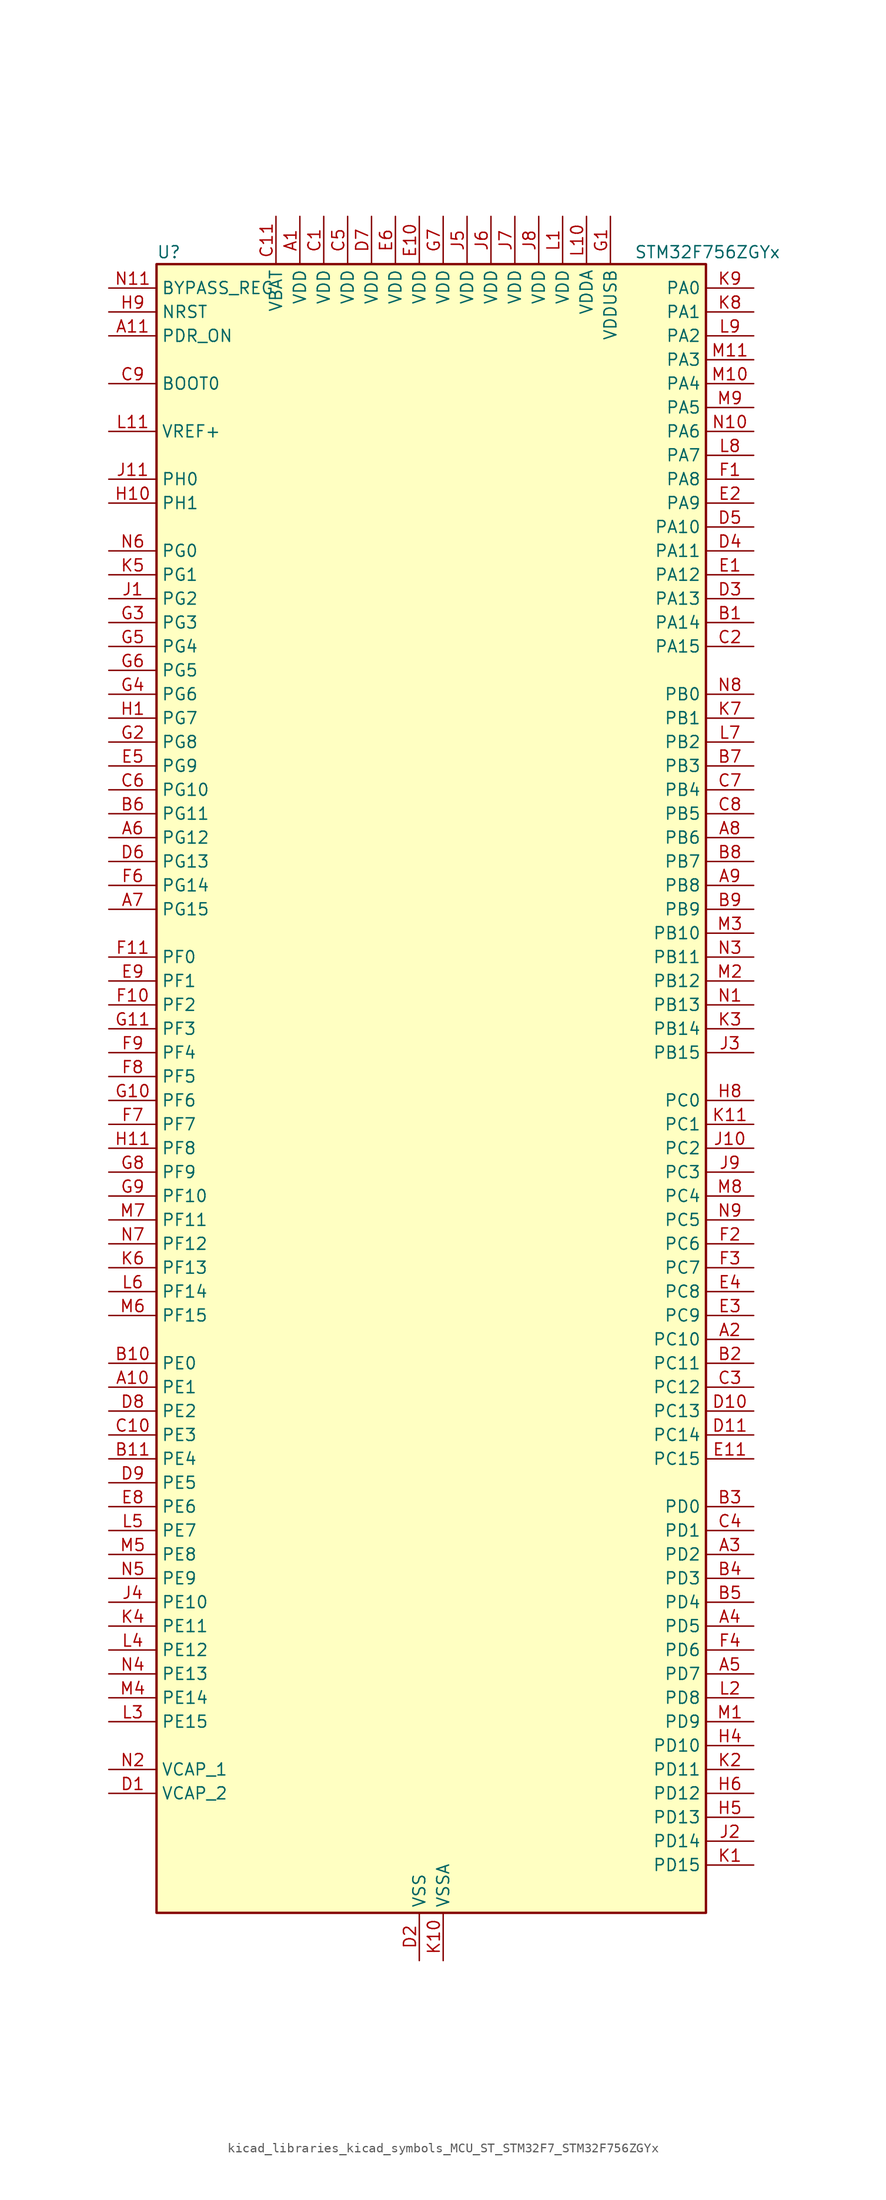
<source format=kicad_sym>
(kicad_symbol_lib
  (version 20220914)
  (generator kicad_symbol_editor)
  (symbol "kicad_libraries_kicad_symbols_MCU_ST_STM32F7_STM32F756ZGYx"
    (property "Reference" "U"
      (at -27.94 90.17 0)
      (effects (font (size 1.27 1.27)) (justify left)))
    (property "Value" "STM32F756ZGYx"
      (at 22.86 90.17 0)
      (effects (font (size 1.27 1.27)) (justify left)))
    (property "ki_locked" ""
      (at 0 0 0)
      (effects (font (size 1.27 1.27))))
    (symbol "kicad_libraries_kicad_symbols_MCU_ST_STM32F7_STM32F756ZGYx_0_1"
      (rectangle (start -27.94 -86.36) (end 30.48 88.9) (stroke (width 0.254) (type default)) (fill (type background))))
    (symbol "kicad_libraries_kicad_symbols_MCU_ST_STM32F7_STM32F756ZGYx_1_1"
      (pin power_in line (at -12.7 93.98 270) (length 5.08) (name "VDD" (effects (font (size 1.27 1.27)))) (number "A1" (effects (font (size 1.27 1.27)))))
      (pin bidirectional line (at -33.02 -30.48 0) (length 5.08) (name "PE1" (effects (font (size 1.27 1.27)))) (number "A10" (effects (font (size 1.27 1.27)))) (alternate "DCMI_D3" bidirectional line) (alternate "FMC_NBL1" bidirectional line) (alternate "LPTIM1_IN2" bidirectional line) (alternate "UART8_TX" bidirectional line))
      (pin input line (at -33.02 81.28 0) (length 5.08) (name "PDR_ON" (effects (font (size 1.27 1.27)))) (number "A11" (effects (font (size 1.27 1.27)))))
      (pin bidirectional line (at 35.56 -25.4 180) (length 5.08) (name "PC10" (effects (font (size 1.27 1.27)))) (number "A2" (effects (font (size 1.27 1.27)))) (alternate "DCMI_D8" bidirectional line) (alternate "I2S3_CK" bidirectional line) (alternate "LTDC_R2" bidirectional line) (alternate "QUADSPI_BK1_IO1" bidirectional line) (alternate "SDMMC1_D2" bidirectional line) (alternate "SPI3_SCK" bidirectional line) (alternate "UART4_TX" bidirectional line) (alternate "USART3_TX" bidirectional line))
      (pin bidirectional line (at 35.56 -48.26 180) (length 5.08) (name "PD2" (effects (font (size 1.27 1.27)))) (number "A3" (effects (font (size 1.27 1.27)))) (alternate "DCMI_D11" bidirectional line) (alternate "SDMMC1_CMD" bidirectional line) (alternate "SYS_TRACED2" bidirectional line) (alternate "TIM3_ETR" bidirectional line) (alternate "UART5_RX" bidirectional line))
      (pin bidirectional line (at 35.56 -55.88 180) (length 5.08) (name "PD5" (effects (font (size 1.27 1.27)))) (number "A4" (effects (font (size 1.27 1.27)))) (alternate "FMC_NWE" bidirectional line) (alternate "USART2_TX" bidirectional line))
      (pin bidirectional line (at 35.56 -60.96 180) (length 5.08) (name "PD7" (effects (font (size 1.27 1.27)))) (number "A5" (effects (font (size 1.27 1.27)))) (alternate "FMC_NE1" bidirectional line) (alternate "SPDIFRX_IN0" bidirectional line) (alternate "USART2_CK" bidirectional line))
      (pin bidirectional line (at -33.02 27.94 0) (length 5.08) (name "PG12" (effects (font (size 1.27 1.27)))) (number "A6" (effects (font (size 1.27 1.27)))) (alternate "FMC_NE4" bidirectional line) (alternate "LPTIM1_IN1" bidirectional line) (alternate "LTDC_B1" bidirectional line) (alternate "LTDC_B4" bidirectional line) (alternate "SPDIFRX_IN1" bidirectional line) (alternate "SPI6_MISO" bidirectional line) (alternate "USART6_DE" bidirectional line) (alternate "USART6_RTS" bidirectional line))
      (pin bidirectional line (at -33.02 20.32 0) (length 5.08) (name "PG15" (effects (font (size 1.27 1.27)))) (number "A7" (effects (font (size 1.27 1.27)))) (alternate "DCMI_D13" bidirectional line) (alternate "FMC_SDNCAS" bidirectional line) (alternate "USART6_CTS" bidirectional line))
      (pin bidirectional line (at 35.56 27.94 180) (length 5.08) (name "PB6" (effects (font (size 1.27 1.27)))) (number "A8" (effects (font (size 1.27 1.27)))) (alternate "CAN2_TX" bidirectional line) (alternate "CEC" bidirectional line) (alternate "DCMI_D5" bidirectional line) (alternate "FMC_SDNE1" bidirectional line) (alternate "I2C1_SCL" bidirectional line) (alternate "QUADSPI_BK1_NCS" bidirectional line) (alternate "TIM4_CH1" bidirectional line) (alternate "USART1_TX" bidirectional line))
      (pin bidirectional line (at 35.56 22.86 180) (length 5.08) (name "PB8" (effects (font (size 1.27 1.27)))) (number "A9" (effects (font (size 1.27 1.27)))) (alternate "CAN1_RX" bidirectional line) (alternate "DCMI_D6" bidirectional line) (alternate "ETH_TXD3" bidirectional line) (alternate "I2C1_SCL" bidirectional line) (alternate "LTDC_B6" bidirectional line) (alternate "SDMMC1_D4" bidirectional line) (alternate "TIM10_CH1" bidirectional line) (alternate "TIM4_CH3" bidirectional line))
      (pin bidirectional line (at 35.56 50.8 180) (length 5.08) (name "PA14" (effects (font (size 1.27 1.27)))) (number "B1" (effects (font (size 1.27 1.27)))) (alternate "SYS_JTCK-SWCLK" bidirectional line))
      (pin bidirectional line (at -33.02 -27.94 0) (length 5.08) (name "PE0" (effects (font (size 1.27 1.27)))) (number "B10" (effects (font (size 1.27 1.27)))) (alternate "DCMI_D2" bidirectional line) (alternate "FMC_NBL0" bidirectional line) (alternate "LPTIM1_ETR" bidirectional line) (alternate "SAI2_MCLK_A" bidirectional line) (alternate "TIM4_ETR" bidirectional line) (alternate "UART8_RX" bidirectional line))
      (pin bidirectional line (at -33.02 -38.1 0) (length 5.08) (name "PE4" (effects (font (size 1.27 1.27)))) (number "B11" (effects (font (size 1.27 1.27)))) (alternate "DCMI_D4" bidirectional line) (alternate "FMC_A20" bidirectional line) (alternate "LTDC_B0" bidirectional line) (alternate "SAI1_FS_A" bidirectional line) (alternate "SPI4_NSS" bidirectional line) (alternate "SYS_TRACED1" bidirectional line))
      (pin bidirectional line (at 35.56 -27.94 180) (length 5.08) (name "PC11" (effects (font (size 1.27 1.27)))) (number "B2" (effects (font (size 1.27 1.27)))) (alternate "ADC1_EXTI11" bidirectional line) (alternate "ADC2_EXTI11" bidirectional line) (alternate "ADC3_EXTI11" bidirectional line) (alternate "DCMI_D4" bidirectional line) (alternate "QUADSPI_BK2_NCS" bidirectional line) (alternate "SDMMC1_D3" bidirectional line) (alternate "SPI3_MISO" bidirectional line) (alternate "UART4_RX" bidirectional line) (alternate "USART3_RX" bidirectional line))
      (pin bidirectional line (at 35.56 -43.18 180) (length 5.08) (name "PD0" (effects (font (size 1.27 1.27)))) (number "B3" (effects (font (size 1.27 1.27)))) (alternate "CAN1_RX" bidirectional line) (alternate "FMC_D2" bidirectional line) (alternate "FMC_DA2" bidirectional line))
      (pin bidirectional line (at 35.56 -50.8 180) (length 5.08) (name "PD3" (effects (font (size 1.27 1.27)))) (number "B4" (effects (font (size 1.27 1.27)))) (alternate "DCMI_D5" bidirectional line) (alternate "FMC_CLK" bidirectional line) (alternate "I2S2_CK" bidirectional line) (alternate "LTDC_G7" bidirectional line) (alternate "SPI2_SCK" bidirectional line) (alternate "USART2_CTS" bidirectional line))
      (pin bidirectional line (at 35.56 -53.34 180) (length 5.08) (name "PD4" (effects (font (size 1.27 1.27)))) (number "B5" (effects (font (size 1.27 1.27)))) (alternate "FMC_NOE" bidirectional line) (alternate "USART2_DE" bidirectional line) (alternate "USART2_RTS" bidirectional line))
      (pin bidirectional line (at -33.02 30.48 0) (length 5.08) (name "PG11" (effects (font (size 1.27 1.27)))) (number "B6" (effects (font (size 1.27 1.27)))) (alternate "ADC1_EXTI11" bidirectional line) (alternate "ADC2_EXTI11" bidirectional line) (alternate "ADC3_EXTI11" bidirectional line) (alternate "DCMI_D3" bidirectional line) (alternate "ETH_TX_EN" bidirectional line) (alternate "LTDC_B3" bidirectional line) (alternate "SPDIFRX_IN0" bidirectional line))
      (pin bidirectional line (at 35.56 35.56 180) (length 5.08) (name "PB3" (effects (font (size 1.27 1.27)))) (number "B7" (effects (font (size 1.27 1.27)))) (alternate "I2S1_CK" bidirectional line) (alternate "I2S3_CK" bidirectional line) (alternate "SPI1_SCK" bidirectional line) (alternate "SPI3_SCK" bidirectional line) (alternate "SYS_JTDO-SWO" bidirectional line) (alternate "TIM2_CH2" bidirectional line))
      (pin bidirectional line (at 35.56 25.4 180) (length 5.08) (name "PB7" (effects (font (size 1.27 1.27)))) (number "B8" (effects (font (size 1.27 1.27)))) (alternate "DCMI_VSYNC" bidirectional line) (alternate "FMC_NL" bidirectional line) (alternate "I2C1_SDA" bidirectional line) (alternate "TIM4_CH2" bidirectional line) (alternate "USART1_RX" bidirectional line))
      (pin bidirectional line (at 35.56 20.32 180) (length 5.08) (name "PB9" (effects (font (size 1.27 1.27)))) (number "B9" (effects (font (size 1.27 1.27)))) (alternate "CAN1_TX" bidirectional line) (alternate "DAC_EXTI9" bidirectional line) (alternate "DCMI_D7" bidirectional line) (alternate "I2C1_SDA" bidirectional line) (alternate "I2S2_WS" bidirectional line) (alternate "LTDC_B7" bidirectional line) (alternate "SDMMC1_D5" bidirectional line) (alternate "SPI2_NSS" bidirectional line) (alternate "TIM11_CH1" bidirectional line) (alternate "TIM4_CH4" bidirectional line))
      (pin power_in line (at -10.16 93.98 270) (length 5.08) (name "VDD" (effects (font (size 1.27 1.27)))) (number "C1" (effects (font (size 1.27 1.27)))))
      (pin bidirectional line (at -33.02 -35.56 0) (length 5.08) (name "PE3" (effects (font (size 1.27 1.27)))) (number "C10" (effects (font (size 1.27 1.27)))) (alternate "FMC_A19" bidirectional line) (alternate "SAI1_SD_B" bidirectional line) (alternate "SYS_TRACED0" bidirectional line))
      (pin power_in line (at -15.24 93.98 270) (length 5.08) (name "VBAT" (effects (font (size 1.27 1.27)))) (number "C11" (effects (font (size 1.27 1.27)))))
      (pin bidirectional line (at 35.56 48.26 180) (length 5.08) (name "PA15" (effects (font (size 1.27 1.27)))) (number "C2" (effects (font (size 1.27 1.27)))) (alternate "CEC" bidirectional line) (alternate "I2S1_WS" bidirectional line) (alternate "I2S3_WS" bidirectional line) (alternate "SPI1_NSS" bidirectional line) (alternate "SPI3_NSS" bidirectional line) (alternate "SYS_JTDI" bidirectional line) (alternate "TIM2_CH1" bidirectional line) (alternate "TIM2_ETR" bidirectional line) (alternate "UART4_DE" bidirectional line) (alternate "UART4_RTS" bidirectional line))
      (pin bidirectional line (at 35.56 -30.48 180) (length 5.08) (name "PC12" (effects (font (size 1.27 1.27)))) (number "C3" (effects (font (size 1.27 1.27)))) (alternate "DCMI_D9" bidirectional line) (alternate "I2S3_SD" bidirectional line) (alternate "SDMMC1_CK" bidirectional line) (alternate "SPI3_MOSI" bidirectional line) (alternate "SYS_TRACED3" bidirectional line) (alternate "UART5_TX" bidirectional line) (alternate "USART3_CK" bidirectional line))
      (pin bidirectional line (at 35.56 -45.72 180) (length 5.08) (name "PD1" (effects (font (size 1.27 1.27)))) (number "C4" (effects (font (size 1.27 1.27)))) (alternate "CAN1_TX" bidirectional line) (alternate "FMC_D3" bidirectional line) (alternate "FMC_DA3" bidirectional line))
      (pin power_in line (at -7.62 93.98 270) (length 5.08) (name "VDD" (effects (font (size 1.27 1.27)))) (number "C5" (effects (font (size 1.27 1.27)))))
      (pin bidirectional line (at -33.02 33.02 0) (length 5.08) (name "PG10" (effects (font (size 1.27 1.27)))) (number "C6" (effects (font (size 1.27 1.27)))) (alternate "DCMI_D2" bidirectional line) (alternate "FMC_NE3" bidirectional line) (alternate "LTDC_B2" bidirectional line) (alternate "LTDC_G3" bidirectional line) (alternate "SAI2_SD_B" bidirectional line))
      (pin bidirectional line (at 35.56 33.02 180) (length 5.08) (name "PB4" (effects (font (size 1.27 1.27)))) (number "C7" (effects (font (size 1.27 1.27)))) (alternate "I2S2_WS" bidirectional line) (alternate "SPI1_MISO" bidirectional line) (alternate "SPI2_NSS" bidirectional line) (alternate "SPI3_MISO" bidirectional line) (alternate "SYS_JTRST" bidirectional line) (alternate "TIM3_CH1" bidirectional line))
      (pin bidirectional line (at 35.56 30.48 180) (length 5.08) (name "PB5" (effects (font (size 1.27 1.27)))) (number "C8" (effects (font (size 1.27 1.27)))) (alternate "CAN2_RX" bidirectional line) (alternate "DCMI_D10" bidirectional line) (alternate "ETH_PPS_OUT" bidirectional line) (alternate "FMC_SDCKE1" bidirectional line) (alternate "I2C1_SMBA" bidirectional line) (alternate "I2S1_SD" bidirectional line) (alternate "I2S3_SD" bidirectional line) (alternate "SPI1_MOSI" bidirectional line) (alternate "SPI3_MOSI" bidirectional line) (alternate "TIM3_CH2" bidirectional line) (alternate "USB_OTG_HS_ULPI_D7" bidirectional line))
      (pin input line (at -33.02 76.2 0) (length 5.08) (name "BOOT0" (effects (font (size 1.27 1.27)))) (number "C9" (effects (font (size 1.27 1.27)))))
      (pin power_out line (at -33.02 -73.66 0) (length 5.08) (name "VCAP_2" (effects (font (size 1.27 1.27)))) (number "D1" (effects (font (size 1.27 1.27)))))
      (pin bidirectional line (at 35.56 -33.02 180) (length 5.08) (name "PC13" (effects (font (size 1.27 1.27)))) (number "D10" (effects (font (size 1.27 1.27)))) (alternate "RTC_OUT" bidirectional line) (alternate "RTC_TAMP1" bidirectional line) (alternate "RTC_TS" bidirectional line) (alternate "SYS_WKUP4" bidirectional line))
      (pin bidirectional line (at 35.56 -35.56 180) (length 5.08) (name "PC14" (effects (font (size 1.27 1.27)))) (number "D11" (effects (font (size 1.27 1.27)))) (alternate "RCC_OSC32_IN" bidirectional line))
      (pin power_in line (at 0 -91.44 90) (length 5.08) (name "VSS" (effects (font (size 1.27 1.27)))) (number "D2" (effects (font (size 1.27 1.27)))))
      (pin bidirectional line (at 35.56 53.34 180) (length 5.08) (name "PA13" (effects (font (size 1.27 1.27)))) (number "D3" (effects (font (size 1.27 1.27)))) (alternate "SYS_JTMS-SWDIO" bidirectional line))
      (pin bidirectional line (at 35.56 58.42 180) (length 5.08) (name "PA11" (effects (font (size 1.27 1.27)))) (number "D4" (effects (font (size 1.27 1.27)))) (alternate "ADC1_EXTI11" bidirectional line) (alternate "ADC2_EXTI11" bidirectional line) (alternate "ADC3_EXTI11" bidirectional line) (alternate "CAN1_RX" bidirectional line) (alternate "LTDC_R4" bidirectional line) (alternate "TIM1_CH4" bidirectional line) (alternate "USART1_CTS" bidirectional line) (alternate "USB_OTG_FS_DM" bidirectional line))
      (pin bidirectional line (at 35.56 60.96 180) (length 5.08) (name "PA10" (effects (font (size 1.27 1.27)))) (number "D5" (effects (font (size 1.27 1.27)))) (alternate "DCMI_D1" bidirectional line) (alternate "TIM1_CH3" bidirectional line) (alternate "USART1_RX" bidirectional line) (alternate "USB_OTG_FS_ID" bidirectional line))
      (pin bidirectional line (at -33.02 25.4 0) (length 5.08) (name "PG13" (effects (font (size 1.27 1.27)))) (number "D6" (effects (font (size 1.27 1.27)))) (alternate "ETH_TXD0" bidirectional line) (alternate "FMC_A24" bidirectional line) (alternate "LPTIM1_OUT" bidirectional line) (alternate "LTDC_R0" bidirectional line) (alternate "SPI6_SCK" bidirectional line) (alternate "SYS_TRACED0" bidirectional line) (alternate "USART6_CTS" bidirectional line))
      (pin power_in line (at -5.08 93.98 270) (length 5.08) (name "VDD" (effects (font (size 1.27 1.27)))) (number "D7" (effects (font (size 1.27 1.27)))))
      (pin bidirectional line (at -33.02 -33.02 0) (length 5.08) (name "PE2" (effects (font (size 1.27 1.27)))) (number "D8" (effects (font (size 1.27 1.27)))) (alternate "ETH_TXD3" bidirectional line) (alternate "FMC_A23" bidirectional line) (alternate "QUADSPI_BK1_IO2" bidirectional line) (alternate "SAI1_MCLK_A" bidirectional line) (alternate "SPI4_SCK" bidirectional line) (alternate "SYS_TRACECLK" bidirectional line))
      (pin bidirectional line (at -33.02 -40.64 0) (length 5.08) (name "PE5" (effects (font (size 1.27 1.27)))) (number "D9" (effects (font (size 1.27 1.27)))) (alternate "DCMI_D6" bidirectional line) (alternate "FMC_A21" bidirectional line) (alternate "LTDC_G0" bidirectional line) (alternate "SAI1_SCK_A" bidirectional line) (alternate "SPI4_MISO" bidirectional line) (alternate "SYS_TRACED2" bidirectional line) (alternate "TIM9_CH1" bidirectional line))
      (pin bidirectional line (at 35.56 55.88 180) (length 5.08) (name "PA12" (effects (font (size 1.27 1.27)))) (number "E1" (effects (font (size 1.27 1.27)))) (alternate "CAN1_TX" bidirectional line) (alternate "LTDC_R5" bidirectional line) (alternate "SAI2_FS_B" bidirectional line) (alternate "TIM1_ETR" bidirectional line) (alternate "USART1_DE" bidirectional line) (alternate "USART1_RTS" bidirectional line) (alternate "USB_OTG_FS_DP" bidirectional line))
      (pin power_in line (at 0 93.98 270) (length 5.08) (name "VDD" (effects (font (size 1.27 1.27)))) (number "E10" (effects (font (size 1.27 1.27)))))
      (pin bidirectional line (at 35.56 -38.1 180) (length 5.08) (name "PC15" (effects (font (size 1.27 1.27)))) (number "E11" (effects (font (size 1.27 1.27)))) (alternate "RCC_OSC32_OUT" bidirectional line))
      (pin bidirectional line (at 35.56 63.5 180) (length 5.08) (name "PA9" (effects (font (size 1.27 1.27)))) (number "E2" (effects (font (size 1.27 1.27)))) (alternate "DAC_EXTI9" bidirectional line) (alternate "DCMI_D0" bidirectional line) (alternate "I2C3_SMBA" bidirectional line) (alternate "I2S2_CK" bidirectional line) (alternate "SPI2_SCK" bidirectional line) (alternate "TIM1_CH2" bidirectional line) (alternate "USART1_TX" bidirectional line) (alternate "USB_OTG_FS_VBUS" bidirectional line))
      (pin bidirectional line (at 35.56 -22.86 180) (length 5.08) (name "PC9" (effects (font (size 1.27 1.27)))) (number "E3" (effects (font (size 1.27 1.27)))) (alternate "DAC_EXTI9" bidirectional line) (alternate "DCMI_D3" bidirectional line) (alternate "I2C3_SDA" bidirectional line) (alternate "I2S_CKIN" bidirectional line) (alternate "QUADSPI_BK1_IO0" bidirectional line) (alternate "RCC_MCO_2" bidirectional line) (alternate "SDMMC1_D1" bidirectional line) (alternate "TIM3_CH4" bidirectional line) (alternate "TIM8_CH4" bidirectional line) (alternate "UART5_CTS" bidirectional line))
      (pin bidirectional line (at 35.56 -20.32 180) (length 5.08) (name "PC8" (effects (font (size 1.27 1.27)))) (number "E4" (effects (font (size 1.27 1.27)))) (alternate "DCMI_D2" bidirectional line) (alternate "SDMMC1_D0" bidirectional line) (alternate "SYS_TRACED1" bidirectional line) (alternate "TIM3_CH3" bidirectional line) (alternate "TIM8_CH3" bidirectional line) (alternate "UART5_DE" bidirectional line) (alternate "UART5_RTS" bidirectional line) (alternate "USART6_CK" bidirectional line))
      (pin bidirectional line (at -33.02 35.56 0) (length 5.08) (name "PG9" (effects (font (size 1.27 1.27)))) (number "E5" (effects (font (size 1.27 1.27)))) (alternate "DAC_EXTI9" bidirectional line) (alternate "DCMI_VSYNC" bidirectional line) (alternate "FMC_NCE" bidirectional line) (alternate "FMC_NE2" bidirectional line) (alternate "QUADSPI_BK2_IO2" bidirectional line) (alternate "SAI2_FS_B" bidirectional line) (alternate "SPDIFRX_IN3" bidirectional line) (alternate "USART6_RX" bidirectional line))
      (pin power_in line (at -2.54 93.98 270) (length 5.08) (name "VDD" (effects (font (size 1.27 1.27)))) (number "E6" (effects (font (size 1.27 1.27)))))
      (pin passive line (at 0 -91.44 90) (length 5.08) hide (name "VSS" (effects (font (size 1.27 1.27)))) (number "E7" (effects (font (size 1.27 1.27)))))
      (pin bidirectional line (at -33.02 -43.18 0) (length 5.08) (name "PE6" (effects (font (size 1.27 1.27)))) (number "E8" (effects (font (size 1.27 1.27)))) (alternate "DCMI_D7" bidirectional line) (alternate "FMC_A22" bidirectional line) (alternate "LTDC_G1" bidirectional line) (alternate "SAI1_SD_A" bidirectional line) (alternate "SAI2_MCLK_B" bidirectional line) (alternate "SPI4_MOSI" bidirectional line) (alternate "SYS_TRACED3" bidirectional line) (alternate "TIM1_BKIN2" bidirectional line) (alternate "TIM9_CH2" bidirectional line))
      (pin bidirectional line (at -33.02 12.7 0) (length 5.08) (name "PF1" (effects (font (size 1.27 1.27)))) (number "E9" (effects (font (size 1.27 1.27)))) (alternate "FMC_A1" bidirectional line) (alternate "I2C2_SCL" bidirectional line))
      (pin bidirectional line (at 35.56 66.04 180) (length 5.08) (name "PA8" (effects (font (size 1.27 1.27)))) (number "F1" (effects (font (size 1.27 1.27)))) (alternate "I2C3_SCL" bidirectional line) (alternate "LTDC_R6" bidirectional line) (alternate "RCC_MCO_1" bidirectional line) (alternate "TIM1_CH1" bidirectional line) (alternate "TIM8_BKIN2" bidirectional line) (alternate "USART1_CK" bidirectional line) (alternate "USB_OTG_FS_SOF" bidirectional line))
      (pin bidirectional line (at -33.02 10.16 0) (length 5.08) (name "PF2" (effects (font (size 1.27 1.27)))) (number "F10" (effects (font (size 1.27 1.27)))) (alternate "FMC_A2" bidirectional line) (alternate "I2C2_SMBA" bidirectional line))
      (pin bidirectional line (at -33.02 15.24 0) (length 5.08) (name "PF0" (effects (font (size 1.27 1.27)))) (number "F11" (effects (font (size 1.27 1.27)))) (alternate "FMC_A0" bidirectional line) (alternate "I2C2_SDA" bidirectional line))
      (pin bidirectional line (at 35.56 -15.24 180) (length 5.08) (name "PC6" (effects (font (size 1.27 1.27)))) (number "F2" (effects (font (size 1.27 1.27)))) (alternate "DCMI_D0" bidirectional line) (alternate "I2S2_MCK" bidirectional line) (alternate "LTDC_HSYNC" bidirectional line) (alternate "SDMMC1_D6" bidirectional line) (alternate "TIM3_CH1" bidirectional line) (alternate "TIM8_CH1" bidirectional line) (alternate "USART6_TX" bidirectional line))
      (pin bidirectional line (at 35.56 -17.78 180) (length 5.08) (name "PC7" (effects (font (size 1.27 1.27)))) (number "F3" (effects (font (size 1.27 1.27)))) (alternate "DCMI_D1" bidirectional line) (alternate "I2S3_MCK" bidirectional line) (alternate "LTDC_G6" bidirectional line) (alternate "SDMMC1_D7" bidirectional line) (alternate "TIM3_CH2" bidirectional line) (alternate "TIM8_CH2" bidirectional line) (alternate "USART6_RX" bidirectional line))
      (pin bidirectional line (at 35.56 -58.42 180) (length 5.08) (name "PD6" (effects (font (size 1.27 1.27)))) (number "F4" (effects (font (size 1.27 1.27)))) (alternate "DCMI_D10" bidirectional line) (alternate "FMC_NWAIT" bidirectional line) (alternate "I2S3_SD" bidirectional line) (alternate "LTDC_B2" bidirectional line) (alternate "SAI1_SD_A" bidirectional line) (alternate "SPI3_MOSI" bidirectional line) (alternate "USART2_RX" bidirectional line))
      (pin passive line (at 0 -91.44 90) (length 5.08) hide (name "VSS" (effects (font (size 1.27 1.27)))) (number "F5" (effects (font (size 1.27 1.27)))))
      (pin bidirectional line (at -33.02 22.86 0) (length 5.08) (name "PG14" (effects (font (size 1.27 1.27)))) (number "F6" (effects (font (size 1.27 1.27)))) (alternate "ETH_TXD1" bidirectional line) (alternate "FMC_A25" bidirectional line) (alternate "LPTIM1_ETR" bidirectional line) (alternate "LTDC_B0" bidirectional line) (alternate "QUADSPI_BK2_IO3" bidirectional line) (alternate "SPI6_MOSI" bidirectional line) (alternate "SYS_TRACED1" bidirectional line) (alternate "USART6_TX" bidirectional line))
      (pin bidirectional line (at -33.02 -2.54 0) (length 5.08) (name "PF7" (effects (font (size 1.27 1.27)))) (number "F7" (effects (font (size 1.27 1.27)))) (alternate "ADC3_IN5" bidirectional line) (alternate "QUADSPI_BK1_IO2" bidirectional line) (alternate "SAI1_MCLK_B" bidirectional line) (alternate "SPI5_SCK" bidirectional line) (alternate "TIM11_CH1" bidirectional line) (alternate "UART7_TX" bidirectional line))
      (pin bidirectional line (at -33.02 2.54 0) (length 5.08) (name "PF5" (effects (font (size 1.27 1.27)))) (number "F8" (effects (font (size 1.27 1.27)))) (alternate "ADC3_IN15" bidirectional line) (alternate "FMC_A5" bidirectional line))
      (pin bidirectional line (at -33.02 5.08 0) (length 5.08) (name "PF4" (effects (font (size 1.27 1.27)))) (number "F9" (effects (font (size 1.27 1.27)))) (alternate "ADC3_IN14" bidirectional line) (alternate "FMC_A4" bidirectional line))
      (pin power_in line (at 20.32 93.98 270) (length 5.08) (name "VDDUSB" (effects (font (size 1.27 1.27)))) (number "G1" (effects (font (size 1.27 1.27)))))
      (pin bidirectional line (at -33.02 0 0) (length 5.08) (name "PF6" (effects (font (size 1.27 1.27)))) (number "G10" (effects (font (size 1.27 1.27)))) (alternate "ADC3_IN4" bidirectional line) (alternate "QUADSPI_BK1_IO3" bidirectional line) (alternate "SAI1_SD_B" bidirectional line) (alternate "SPI5_NSS" bidirectional line) (alternate "TIM10_CH1" bidirectional line) (alternate "UART7_RX" bidirectional line))
      (pin bidirectional line (at -33.02 7.62 0) (length 5.08) (name "PF3" (effects (font (size 1.27 1.27)))) (number "G11" (effects (font (size 1.27 1.27)))) (alternate "ADC3_IN9" bidirectional line) (alternate "FMC_A3" bidirectional line))
      (pin bidirectional line (at -33.02 38.1 0) (length 5.08) (name "PG8" (effects (font (size 1.27 1.27)))) (number "G2" (effects (font (size 1.27 1.27)))) (alternate "ETH_PPS_OUT" bidirectional line) (alternate "FMC_SDCLK" bidirectional line) (alternate "SPDIFRX_IN2" bidirectional line) (alternate "SPI6_NSS" bidirectional line) (alternate "USART6_DE" bidirectional line) (alternate "USART6_RTS" bidirectional line))
      (pin bidirectional line (at -33.02 50.8 0) (length 5.08) (name "PG3" (effects (font (size 1.27 1.27)))) (number "G3" (effects (font (size 1.27 1.27)))) (alternate "FMC_A13" bidirectional line))
      (pin bidirectional line (at -33.02 43.18 0) (length 5.08) (name "PG6" (effects (font (size 1.27 1.27)))) (number "G4" (effects (font (size 1.27 1.27)))) (alternate "DCMI_D12" bidirectional line) (alternate "LTDC_R7" bidirectional line))
      (pin bidirectional line (at -33.02 48.26 0) (length 5.08) (name "PG4" (effects (font (size 1.27 1.27)))) (number "G5" (effects (font (size 1.27 1.27)))) (alternate "FMC_A14" bidirectional line) (alternate "FMC_BA0" bidirectional line))
      (pin bidirectional line (at -33.02 45.72 0) (length 5.08) (name "PG5" (effects (font (size 1.27 1.27)))) (number "G6" (effects (font (size 1.27 1.27)))) (alternate "FMC_A15" bidirectional line) (alternate "FMC_BA1" bidirectional line))
      (pin power_in line (at 2.54 93.98 270) (length 5.08) (name "VDD" (effects (font (size 1.27 1.27)))) (number "G7" (effects (font (size 1.27 1.27)))))
      (pin bidirectional line (at -33.02 -7.62 0) (length 5.08) (name "PF9" (effects (font (size 1.27 1.27)))) (number "G8" (effects (font (size 1.27 1.27)))) (alternate "ADC3_IN7" bidirectional line) (alternate "DAC_EXTI9" bidirectional line) (alternate "QUADSPI_BK1_IO1" bidirectional line) (alternate "SAI1_FS_B" bidirectional line) (alternate "SPI5_MOSI" bidirectional line) (alternate "TIM14_CH1" bidirectional line) (alternate "UART7_CTS" bidirectional line))
      (pin bidirectional line (at -33.02 -10.16 0) (length 5.08) (name "PF10" (effects (font (size 1.27 1.27)))) (number "G9" (effects (font (size 1.27 1.27)))) (alternate "ADC3_IN8" bidirectional line) (alternate "DCMI_D11" bidirectional line) (alternate "LTDC_DE" bidirectional line))
      (pin bidirectional line (at -33.02 40.64 0) (length 5.08) (name "PG7" (effects (font (size 1.27 1.27)))) (number "H1" (effects (font (size 1.27 1.27)))) (alternate "DCMI_D13" bidirectional line) (alternate "FMC_INT" bidirectional line) (alternate "LTDC_CLK" bidirectional line) (alternate "USART6_CK" bidirectional line))
      (pin bidirectional line (at -33.02 63.5 0) (length 5.08) (name "PH1" (effects (font (size 1.27 1.27)))) (number "H10" (effects (font (size 1.27 1.27)))) (alternate "RCC_OSC_OUT" bidirectional line))
      (pin bidirectional line (at -33.02 -5.08 0) (length 5.08) (name "PF8" (effects (font (size 1.27 1.27)))) (number "H11" (effects (font (size 1.27 1.27)))) (alternate "ADC3_IN6" bidirectional line) (alternate "QUADSPI_BK1_IO0" bidirectional line) (alternate "SAI1_SCK_B" bidirectional line) (alternate "SPI5_MISO" bidirectional line) (alternate "TIM13_CH1" bidirectional line) (alternate "UART7_DE" bidirectional line) (alternate "UART7_RTS" bidirectional line))
      (pin passive line (at 0 -91.44 90) (length 5.08) hide (name "VSS" (effects (font (size 1.27 1.27)))) (number "H2" (effects (font (size 1.27 1.27)))))
      (pin passive line (at 0 -91.44 90) (length 5.08) hide (name "VSS" (effects (font (size 1.27 1.27)))) (number "H3" (effects (font (size 1.27 1.27)))))
      (pin bidirectional line (at 35.56 -68.58 180) (length 5.08) (name "PD10" (effects (font (size 1.27 1.27)))) (number "H4" (effects (font (size 1.27 1.27)))) (alternate "FMC_D15" bidirectional line) (alternate "FMC_DA15" bidirectional line) (alternate "LTDC_B3" bidirectional line) (alternate "USART3_CK" bidirectional line))
      (pin bidirectional line (at 35.56 -76.2 180) (length 5.08) (name "PD13" (effects (font (size 1.27 1.27)))) (number "H5" (effects (font (size 1.27 1.27)))) (alternate "FMC_A18" bidirectional line) (alternate "I2C4_SDA" bidirectional line) (alternate "LPTIM1_OUT" bidirectional line) (alternate "QUADSPI_BK1_IO3" bidirectional line) (alternate "SAI2_SCK_A" bidirectional line) (alternate "TIM4_CH2" bidirectional line))
      (pin bidirectional line (at 35.56 -73.66 180) (length 5.08) (name "PD12" (effects (font (size 1.27 1.27)))) (number "H6" (effects (font (size 1.27 1.27)))) (alternate "FMC_A17" bidirectional line) (alternate "FMC_ALE" bidirectional line) (alternate "I2C4_SCL" bidirectional line) (alternate "LPTIM1_IN1" bidirectional line) (alternate "QUADSPI_BK1_IO1" bidirectional line) (alternate "SAI2_FS_A" bidirectional line) (alternate "TIM4_CH1" bidirectional line) (alternate "USART3_DE" bidirectional line) (alternate "USART3_RTS" bidirectional line))
      (pin passive line (at 0 -91.44 90) (length 5.08) hide (name "VSS" (effects (font (size 1.27 1.27)))) (number "H7" (effects (font (size 1.27 1.27)))))
      (pin bidirectional line (at 35.56 0 180) (length 5.08) (name "PC0" (effects (font (size 1.27 1.27)))) (number "H8" (effects (font (size 1.27 1.27)))) (alternate "ADC1_IN10" bidirectional line) (alternate "ADC2_IN10" bidirectional line) (alternate "ADC3_IN10" bidirectional line) (alternate "FMC_SDNWE" bidirectional line) (alternate "LTDC_R5" bidirectional line) (alternate "SAI2_FS_B" bidirectional line) (alternate "USB_OTG_HS_ULPI_STP" bidirectional line))
      (pin input line (at -33.02 83.82 0) (length 5.08) (name "NRST" (effects (font (size 1.27 1.27)))) (number "H9" (effects (font (size 1.27 1.27)))))
      (pin bidirectional line (at -33.02 53.34 0) (length 5.08) (name "PG2" (effects (font (size 1.27 1.27)))) (number "J1" (effects (font (size 1.27 1.27)))) (alternate "FMC_A12" bidirectional line))
      (pin bidirectional line (at 35.56 -5.08 180) (length 5.08) (name "PC2" (effects (font (size 1.27 1.27)))) (number "J10" (effects (font (size 1.27 1.27)))) (alternate "ADC1_IN12" bidirectional line) (alternate "ADC2_IN12" bidirectional line) (alternate "ADC3_IN12" bidirectional line) (alternate "ETH_TXD2" bidirectional line) (alternate "FMC_SDNE0" bidirectional line) (alternate "SPI2_MISO" bidirectional line) (alternate "USB_OTG_HS_ULPI_DIR" bidirectional line))
      (pin bidirectional line (at -33.02 66.04 0) (length 5.08) (name "PH0" (effects (font (size 1.27 1.27)))) (number "J11" (effects (font (size 1.27 1.27)))) (alternate "RCC_OSC_IN" bidirectional line))
      (pin bidirectional line (at 35.56 -78.74 180) (length 5.08) (name "PD14" (effects (font (size 1.27 1.27)))) (number "J2" (effects (font (size 1.27 1.27)))) (alternate "FMC_D0" bidirectional line) (alternate "FMC_DA0" bidirectional line) (alternate "TIM4_CH3" bidirectional line) (alternate "UART8_CTS" bidirectional line))
      (pin bidirectional line (at 35.56 5.08 180) (length 5.08) (name "PB15" (effects (font (size 1.27 1.27)))) (number "J3" (effects (font (size 1.27 1.27)))) (alternate "I2S2_SD" bidirectional line) (alternate "RTC_REFIN" bidirectional line) (alternate "SPI2_MOSI" bidirectional line) (alternate "TIM12_CH2" bidirectional line) (alternate "TIM1_CH3N" bidirectional line) (alternate "TIM8_CH3N" bidirectional line) (alternate "USB_OTG_HS_DP" bidirectional line))
      (pin bidirectional line (at -33.02 -53.34 0) (length 5.08) (name "PE10" (effects (font (size 1.27 1.27)))) (number "J4" (effects (font (size 1.27 1.27)))) (alternate "FMC_D7" bidirectional line) (alternate "FMC_DA7" bidirectional line) (alternate "QUADSPI_BK2_IO3" bidirectional line) (alternate "TIM1_CH2N" bidirectional line) (alternate "UART7_CTS" bidirectional line))
      (pin power_in line (at 5.08 93.98 270) (length 5.08) (name "VDD" (effects (font (size 1.27 1.27)))) (number "J5" (effects (font (size 1.27 1.27)))))
      (pin power_in line (at 7.62 93.98 270) (length 5.08) (name "VDD" (effects (font (size 1.27 1.27)))) (number "J6" (effects (font (size 1.27 1.27)))))
      (pin power_in line (at 10.16 93.98 270) (length 5.08) (name "VDD" (effects (font (size 1.27 1.27)))) (number "J7" (effects (font (size 1.27 1.27)))))
      (pin power_in line (at 12.7 93.98 270) (length 5.08) (name "VDD" (effects (font (size 1.27 1.27)))) (number "J8" (effects (font (size 1.27 1.27)))))
      (pin bidirectional line (at 35.56 -7.62 180) (length 5.08) (name "PC3" (effects (font (size 1.27 1.27)))) (number "J9" (effects (font (size 1.27 1.27)))) (alternate "ADC1_IN13" bidirectional line) (alternate "ADC2_IN13" bidirectional line) (alternate "ADC3_IN13" bidirectional line) (alternate "ETH_TX_CLK" bidirectional line) (alternate "FMC_SDCKE0" bidirectional line) (alternate "I2S2_SD" bidirectional line) (alternate "SPI2_MOSI" bidirectional line) (alternate "USB_OTG_HS_ULPI_NXT" bidirectional line))
      (pin bidirectional line (at 35.56 -81.28 180) (length 5.08) (name "PD15" (effects (font (size 1.27 1.27)))) (number "K1" (effects (font (size 1.27 1.27)))) (alternate "FMC_D1" bidirectional line) (alternate "FMC_DA1" bidirectional line) (alternate "TIM4_CH4" bidirectional line) (alternate "UART8_DE" bidirectional line) (alternate "UART8_RTS" bidirectional line))
      (pin power_in line (at 2.54 -91.44 90) (length 5.08) (name "VSSA" (effects (font (size 1.27 1.27)))) (number "K10" (effects (font (size 1.27 1.27)))))
      (pin bidirectional line (at 35.56 -2.54 180) (length 5.08) (name "PC1" (effects (font (size 1.27 1.27)))) (number "K11" (effects (font (size 1.27 1.27)))) (alternate "ADC1_IN11" bidirectional line) (alternate "ADC2_IN11" bidirectional line) (alternate "ADC3_IN11" bidirectional line) (alternate "ETH_MDC" bidirectional line) (alternate "I2S2_SD" bidirectional line) (alternate "RTC_TAMP3" bidirectional line) (alternate "RTC_TS" bidirectional line) (alternate "SAI1_SD_A" bidirectional line) (alternate "SPI2_MOSI" bidirectional line) (alternate "SYS_TRACED0" bidirectional line) (alternate "SYS_WKUP3" bidirectional line))
      (pin bidirectional line (at 35.56 -71.12 180) (length 5.08) (name "PD11" (effects (font (size 1.27 1.27)))) (number "K2" (effects (font (size 1.27 1.27)))) (alternate "ADC1_EXTI11" bidirectional line) (alternate "ADC2_EXTI11" bidirectional line) (alternate "ADC3_EXTI11" bidirectional line) (alternate "FMC_A16" bidirectional line) (alternate "FMC_CLE" bidirectional line) (alternate "I2C4_SMBA" bidirectional line) (alternate "QUADSPI_BK1_IO0" bidirectional line) (alternate "SAI2_SD_A" bidirectional line) (alternate "USART3_CTS" bidirectional line))
      (pin bidirectional line (at 35.56 7.62 180) (length 5.08) (name "PB14" (effects (font (size 1.27 1.27)))) (number "K3" (effects (font (size 1.27 1.27)))) (alternate "SPI2_MISO" bidirectional line) (alternate "TIM12_CH1" bidirectional line) (alternate "TIM1_CH2N" bidirectional line) (alternate "TIM8_CH2N" bidirectional line) (alternate "USART3_DE" bidirectional line) (alternate "USART3_RTS" bidirectional line) (alternate "USB_OTG_HS_DM" bidirectional line))
      (pin bidirectional line (at -33.02 -55.88 0) (length 5.08) (name "PE11" (effects (font (size 1.27 1.27)))) (number "K4" (effects (font (size 1.27 1.27)))) (alternate "ADC1_EXTI11" bidirectional line) (alternate "ADC2_EXTI11" bidirectional line) (alternate "ADC3_EXTI11" bidirectional line) (alternate "FMC_D8" bidirectional line) (alternate "FMC_DA8" bidirectional line) (alternate "LTDC_G3" bidirectional line) (alternate "SAI2_SD_B" bidirectional line) (alternate "SPI4_NSS" bidirectional line) (alternate "TIM1_CH2" bidirectional line))
      (pin bidirectional line (at -33.02 55.88 0) (length 5.08) (name "PG1" (effects (font (size 1.27 1.27)))) (number "K5" (effects (font (size 1.27 1.27)))) (alternate "FMC_A11" bidirectional line))
      (pin bidirectional line (at -33.02 -17.78 0) (length 5.08) (name "PF13" (effects (font (size 1.27 1.27)))) (number "K6" (effects (font (size 1.27 1.27)))) (alternate "FMC_A7" bidirectional line) (alternate "I2C4_SMBA" bidirectional line))
      (pin bidirectional line (at 35.56 40.64 180) (length 5.08) (name "PB1" (effects (font (size 1.27 1.27)))) (number "K7" (effects (font (size 1.27 1.27)))) (alternate "ADC1_IN9" bidirectional line) (alternate "ADC2_IN9" bidirectional line) (alternate "ETH_RXD3" bidirectional line) (alternate "LTDC_R6" bidirectional line) (alternate "TIM1_CH3N" bidirectional line) (alternate "TIM3_CH4" bidirectional line) (alternate "TIM8_CH3N" bidirectional line) (alternate "USB_OTG_HS_ULPI_D2" bidirectional line))
      (pin bidirectional line (at 35.56 83.82 180) (length 5.08) (name "PA1" (effects (font (size 1.27 1.27)))) (number "K8" (effects (font (size 1.27 1.27)))) (alternate "ADC1_IN1" bidirectional line) (alternate "ADC2_IN1" bidirectional line) (alternate "ADC3_IN1" bidirectional line) (alternate "ETH_REF_CLK" bidirectional line) (alternate "ETH_RX_CLK" bidirectional line) (alternate "LTDC_R2" bidirectional line) (alternate "QUADSPI_BK1_IO3" bidirectional line) (alternate "SAI2_MCLK_B" bidirectional line) (alternate "TIM2_CH2" bidirectional line) (alternate "TIM5_CH2" bidirectional line) (alternate "UART4_RX" bidirectional line) (alternate "USART2_DE" bidirectional line) (alternate "USART2_RTS" bidirectional line))
      (pin bidirectional line (at 35.56 86.36 180) (length 5.08) (name "PA0" (effects (font (size 1.27 1.27)))) (number "K9" (effects (font (size 1.27 1.27)))) (alternate "ADC1_IN0" bidirectional line) (alternate "ADC2_IN0" bidirectional line) (alternate "ADC3_IN0" bidirectional line) (alternate "ETH_CRS" bidirectional line) (alternate "SAI2_SD_B" bidirectional line) (alternate "SYS_WKUP1" bidirectional line) (alternate "TIM2_CH1" bidirectional line) (alternate "TIM2_ETR" bidirectional line) (alternate "TIM5_CH1" bidirectional line) (alternate "TIM8_ETR" bidirectional line) (alternate "UART4_TX" bidirectional line) (alternate "USART2_CTS" bidirectional line))
      (pin power_in line (at 15.24 93.98 270) (length 5.08) (name "VDD" (effects (font (size 1.27 1.27)))) (number "L1" (effects (font (size 1.27 1.27)))))
      (pin power_in line (at 17.78 93.98 270) (length 5.08) (name "VDDA" (effects (font (size 1.27 1.27)))) (number "L10" (effects (font (size 1.27 1.27)))))
      (pin input line (at -33.02 71.12 0) (length 5.08) (name "VREF+" (effects (font (size 1.27 1.27)))) (number "L11" (effects (font (size 1.27 1.27)))))
      (pin bidirectional line (at 35.56 -63.5 180) (length 5.08) (name "PD8" (effects (font (size 1.27 1.27)))) (number "L2" (effects (font (size 1.27 1.27)))) (alternate "FMC_D13" bidirectional line) (alternate "FMC_DA13" bidirectional line) (alternate "SPDIFRX_IN1" bidirectional line) (alternate "USART3_TX" bidirectional line))
      (pin bidirectional line (at -33.02 -66.04 0) (length 5.08) (name "PE15" (effects (font (size 1.27 1.27)))) (number "L3" (effects (font (size 1.27 1.27)))) (alternate "FMC_D12" bidirectional line) (alternate "FMC_DA12" bidirectional line) (alternate "LTDC_R7" bidirectional line) (alternate "TIM1_BKIN" bidirectional line))
      (pin bidirectional line (at -33.02 -58.42 0) (length 5.08) (name "PE12" (effects (font (size 1.27 1.27)))) (number "L4" (effects (font (size 1.27 1.27)))) (alternate "FMC_D9" bidirectional line) (alternate "FMC_DA9" bidirectional line) (alternate "LTDC_B4" bidirectional line) (alternate "SAI2_SCK_B" bidirectional line) (alternate "SPI4_SCK" bidirectional line) (alternate "TIM1_CH3N" bidirectional line))
      (pin bidirectional line (at -33.02 -45.72 0) (length 5.08) (name "PE7" (effects (font (size 1.27 1.27)))) (number "L5" (effects (font (size 1.27 1.27)))) (alternate "FMC_D4" bidirectional line) (alternate "FMC_DA4" bidirectional line) (alternate "QUADSPI_BK2_IO0" bidirectional line) (alternate "TIM1_ETR" bidirectional line) (alternate "UART7_RX" bidirectional line))
      (pin bidirectional line (at -33.02 -20.32 0) (length 5.08) (name "PF14" (effects (font (size 1.27 1.27)))) (number "L6" (effects (font (size 1.27 1.27)))) (alternate "FMC_A8" bidirectional line) (alternate "I2C4_SCL" bidirectional line))
      (pin bidirectional line (at 35.56 38.1 180) (length 5.08) (name "PB2" (effects (font (size 1.27 1.27)))) (number "L7" (effects (font (size 1.27 1.27)))) (alternate "I2S3_SD" bidirectional line) (alternate "QUADSPI_CLK" bidirectional line) (alternate "SAI1_SD_A" bidirectional line) (alternate "SPI3_MOSI" bidirectional line))
      (pin bidirectional line (at 35.56 68.58 180) (length 5.08) (name "PA7" (effects (font (size 1.27 1.27)))) (number "L8" (effects (font (size 1.27 1.27)))) (alternate "ADC1_IN7" bidirectional line) (alternate "ADC2_IN7" bidirectional line) (alternate "ETH_CRS_DV" bidirectional line) (alternate "ETH_RX_DV" bidirectional line) (alternate "FMC_SDNWE" bidirectional line) (alternate "I2S1_SD" bidirectional line) (alternate "SPI1_MOSI" bidirectional line) (alternate "TIM14_CH1" bidirectional line) (alternate "TIM1_CH1N" bidirectional line) (alternate "TIM3_CH2" bidirectional line) (alternate "TIM8_CH1N" bidirectional line))
      (pin bidirectional line (at 35.56 81.28 180) (length 5.08) (name "PA2" (effects (font (size 1.27 1.27)))) (number "L9" (effects (font (size 1.27 1.27)))) (alternate "ADC1_IN2" bidirectional line) (alternate "ADC2_IN2" bidirectional line) (alternate "ADC3_IN2" bidirectional line) (alternate "ETH_MDIO" bidirectional line) (alternate "LTDC_R1" bidirectional line) (alternate "SAI2_SCK_B" bidirectional line) (alternate "SYS_WKUP2" bidirectional line) (alternate "TIM2_CH3" bidirectional line) (alternate "TIM5_CH3" bidirectional line) (alternate "TIM9_CH1" bidirectional line) (alternate "USART2_TX" bidirectional line))
      (pin bidirectional line (at 35.56 -66.04 180) (length 5.08) (name "PD9" (effects (font (size 1.27 1.27)))) (number "M1" (effects (font (size 1.27 1.27)))) (alternate "DAC_EXTI9" bidirectional line) (alternate "FMC_D14" bidirectional line) (alternate "FMC_DA14" bidirectional line) (alternate "USART3_RX" bidirectional line))
      (pin bidirectional line (at 35.56 76.2 180) (length 5.08) (name "PA4" (effects (font (size 1.27 1.27)))) (number "M10" (effects (font (size 1.27 1.27)))) (alternate "ADC1_IN4" bidirectional line) (alternate "ADC2_IN4" bidirectional line) (alternate "DAC_OUT1" bidirectional line) (alternate "DCMI_HSYNC" bidirectional line) (alternate "I2S1_WS" bidirectional line) (alternate "I2S3_WS" bidirectional line) (alternate "LTDC_VSYNC" bidirectional line) (alternate "SPI1_NSS" bidirectional line) (alternate "SPI3_NSS" bidirectional line) (alternate "USART2_CK" bidirectional line) (alternate "USB_OTG_HS_SOF" bidirectional line))
      (pin bidirectional line (at 35.56 78.74 180) (length 5.08) (name "PA3" (effects (font (size 1.27 1.27)))) (number "M11" (effects (font (size 1.27 1.27)))) (alternate "ADC1_IN3" bidirectional line) (alternate "ADC2_IN3" bidirectional line) (alternate "ADC3_IN3" bidirectional line) (alternate "ETH_COL" bidirectional line) (alternate "LTDC_B5" bidirectional line) (alternate "TIM2_CH4" bidirectional line) (alternate "TIM5_CH4" bidirectional line) (alternate "TIM9_CH2" bidirectional line) (alternate "USART2_RX" bidirectional line) (alternate "USB_OTG_HS_ULPI_D0" bidirectional line))
      (pin bidirectional line (at 35.56 12.7 180) (length 5.08) (name "PB12" (effects (font (size 1.27 1.27)))) (number "M2" (effects (font (size 1.27 1.27)))) (alternate "CAN2_RX" bidirectional line) (alternate "ETH_TXD0" bidirectional line) (alternate "I2C2_SMBA" bidirectional line) (alternate "I2S2_WS" bidirectional line) (alternate "SPI2_NSS" bidirectional line) (alternate "TIM1_BKIN" bidirectional line) (alternate "USART3_CK" bidirectional line) (alternate "USB_OTG_HS_ID" bidirectional line) (alternate "USB_OTG_HS_ULPI_D5" bidirectional line))
      (pin bidirectional line (at 35.56 17.78 180) (length 5.08) (name "PB10" (effects (font (size 1.27 1.27)))) (number "M3" (effects (font (size 1.27 1.27)))) (alternate "ETH_RX_ER" bidirectional line) (alternate "I2C2_SCL" bidirectional line) (alternate "I2S2_CK" bidirectional line) (alternate "LTDC_G4" bidirectional line) (alternate "SPI2_SCK" bidirectional line) (alternate "TIM2_CH3" bidirectional line) (alternate "USART3_TX" bidirectional line) (alternate "USB_OTG_HS_ULPI_D3" bidirectional line))
      (pin bidirectional line (at -33.02 -63.5 0) (length 5.08) (name "PE14" (effects (font (size 1.27 1.27)))) (number "M4" (effects (font (size 1.27 1.27)))) (alternate "FMC_D11" bidirectional line) (alternate "FMC_DA11" bidirectional line) (alternate "LTDC_CLK" bidirectional line) (alternate "SAI2_MCLK_B" bidirectional line) (alternate "SPI4_MOSI" bidirectional line) (alternate "TIM1_CH4" bidirectional line))
      (pin bidirectional line (at -33.02 -48.26 0) (length 5.08) (name "PE8" (effects (font (size 1.27 1.27)))) (number "M5" (effects (font (size 1.27 1.27)))) (alternate "FMC_D5" bidirectional line) (alternate "FMC_DA5" bidirectional line) (alternate "QUADSPI_BK2_IO1" bidirectional line) (alternate "TIM1_CH1N" bidirectional line) (alternate "UART7_TX" bidirectional line))
      (pin bidirectional line (at -33.02 -22.86 0) (length 5.08) (name "PF15" (effects (font (size 1.27 1.27)))) (number "M6" (effects (font (size 1.27 1.27)))) (alternate "FMC_A9" bidirectional line) (alternate "I2C4_SDA" bidirectional line))
      (pin bidirectional line (at -33.02 -12.7 0) (length 5.08) (name "PF11" (effects (font (size 1.27 1.27)))) (number "M7" (effects (font (size 1.27 1.27)))) (alternate "ADC1_EXTI11" bidirectional line) (alternate "ADC2_EXTI11" bidirectional line) (alternate "ADC3_EXTI11" bidirectional line) (alternate "DCMI_D12" bidirectional line) (alternate "FMC_SDNRAS" bidirectional line) (alternate "SAI2_SD_B" bidirectional line) (alternate "SPI5_MOSI" bidirectional line))
      (pin bidirectional line (at 35.56 -10.16 180) (length 5.08) (name "PC4" (effects (font (size 1.27 1.27)))) (number "M8" (effects (font (size 1.27 1.27)))) (alternate "ADC1_IN14" bidirectional line) (alternate "ADC2_IN14" bidirectional line) (alternate "ETH_RXD0" bidirectional line) (alternate "FMC_SDNE0" bidirectional line) (alternate "I2S1_MCK" bidirectional line) (alternate "SPDIFRX_IN2" bidirectional line))
      (pin bidirectional line (at 35.56 73.66 180) (length 5.08) (name "PA5" (effects (font (size 1.27 1.27)))) (number "M9" (effects (font (size 1.27 1.27)))) (alternate "ADC1_IN5" bidirectional line) (alternate "ADC2_IN5" bidirectional line) (alternate "DAC_OUT2" bidirectional line) (alternate "I2S1_CK" bidirectional line) (alternate "LTDC_R4" bidirectional line) (alternate "SPI1_SCK" bidirectional line) (alternate "TIM2_CH1" bidirectional line) (alternate "TIM2_ETR" bidirectional line) (alternate "TIM8_CH1N" bidirectional line) (alternate "USB_OTG_HS_ULPI_CK" bidirectional line))
      (pin bidirectional line (at 35.56 10.16 180) (length 5.08) (name "PB13" (effects (font (size 1.27 1.27)))) (number "N1" (effects (font (size 1.27 1.27)))) (alternate "CAN2_TX" bidirectional line) (alternate "ETH_TXD1" bidirectional line) (alternate "I2S2_CK" bidirectional line) (alternate "SPI2_SCK" bidirectional line) (alternate "TIM1_CH1N" bidirectional line) (alternate "USART3_CTS" bidirectional line) (alternate "USB_OTG_HS_ULPI_D6" bidirectional line) (alternate "USB_OTG_HS_VBUS" bidirectional line))
      (pin bidirectional line (at 35.56 71.12 180) (length 5.08) (name "PA6" (effects (font (size 1.27 1.27)))) (number "N10" (effects (font (size 1.27 1.27)))) (alternate "ADC1_IN6" bidirectional line) (alternate "ADC2_IN6" bidirectional line) (alternate "DCMI_PIXCLK" bidirectional line) (alternate "LTDC_G2" bidirectional line) (alternate "SPI1_MISO" bidirectional line) (alternate "TIM13_CH1" bidirectional line) (alternate "TIM1_BKIN" bidirectional line) (alternate "TIM3_CH1" bidirectional line) (alternate "TIM8_BKIN" bidirectional line))
      (pin input line (at -33.02 86.36 0) (length 5.08) (name "BYPASS_REG" (effects (font (size 1.27 1.27)))) (number "N11" (effects (font (size 1.27 1.27)))))
      (pin power_out line (at -33.02 -71.12 0) (length 5.08) (name "VCAP_1" (effects (font (size 1.27 1.27)))) (number "N2" (effects (font (size 1.27 1.27)))))
      (pin bidirectional line (at 35.56 15.24 180) (length 5.08) (name "PB11" (effects (font (size 1.27 1.27)))) (number "N3" (effects (font (size 1.27 1.27)))) (alternate "ADC1_EXTI11" bidirectional line) (alternate "ADC2_EXTI11" bidirectional line) (alternate "ADC3_EXTI11" bidirectional line) (alternate "ETH_TX_EN" bidirectional line) (alternate "I2C2_SDA" bidirectional line) (alternate "LTDC_G5" bidirectional line) (alternate "TIM2_CH4" bidirectional line) (alternate "USART3_RX" bidirectional line) (alternate "USB_OTG_HS_ULPI_D4" bidirectional line))
      (pin bidirectional line (at -33.02 -60.96 0) (length 5.08) (name "PE13" (effects (font (size 1.27 1.27)))) (number "N4" (effects (font (size 1.27 1.27)))) (alternate "FMC_D10" bidirectional line) (alternate "FMC_DA10" bidirectional line) (alternate "LTDC_DE" bidirectional line) (alternate "SAI2_FS_B" bidirectional line) (alternate "SPI4_MISO" bidirectional line) (alternate "TIM1_CH3" bidirectional line))
      (pin bidirectional line (at -33.02 -50.8 0) (length 5.08) (name "PE9" (effects (font (size 1.27 1.27)))) (number "N5" (effects (font (size 1.27 1.27)))) (alternate "DAC_EXTI9" bidirectional line) (alternate "FMC_D6" bidirectional line) (alternate "FMC_DA6" bidirectional line) (alternate "QUADSPI_BK2_IO2" bidirectional line) (alternate "TIM1_CH1" bidirectional line) (alternate "UART7_DE" bidirectional line) (alternate "UART7_RTS" bidirectional line))
      (pin bidirectional line (at -33.02 58.42 0) (length 5.08) (name "PG0" (effects (font (size 1.27 1.27)))) (number "N6" (effects (font (size 1.27 1.27)))) (alternate "FMC_A10" bidirectional line))
      (pin bidirectional line (at -33.02 -15.24 0) (length 5.08) (name "PF12" (effects (font (size 1.27 1.27)))) (number "N7" (effects (font (size 1.27 1.27)))) (alternate "FMC_A6" bidirectional line))
      (pin bidirectional line (at 35.56 43.18 180) (length 5.08) (name "PB0" (effects (font (size 1.27 1.27)))) (number "N8" (effects (font (size 1.27 1.27)))) (alternate "ADC1_IN8" bidirectional line) (alternate "ADC2_IN8" bidirectional line) (alternate "ETH_RXD2" bidirectional line) (alternate "LTDC_R3" bidirectional line) (alternate "TIM1_CH2N" bidirectional line) (alternate "TIM3_CH3" bidirectional line) (alternate "TIM8_CH2N" bidirectional line) (alternate "UART4_CTS" bidirectional line) (alternate "USB_OTG_HS_ULPI_D1" bidirectional line))
      (pin bidirectional line (at 35.56 -12.7 180) (length 5.08) (name "PC5" (effects (font (size 1.27 1.27)))) (number "N9" (effects (font (size 1.27 1.27)))) (alternate "ADC1_IN15" bidirectional line) (alternate "ADC2_IN15" bidirectional line) (alternate "ETH_RXD1" bidirectional line) (alternate "FMC_SDCKE0" bidirectional line) (alternate "SPDIFRX_IN3" bidirectional line)))))
</source>
